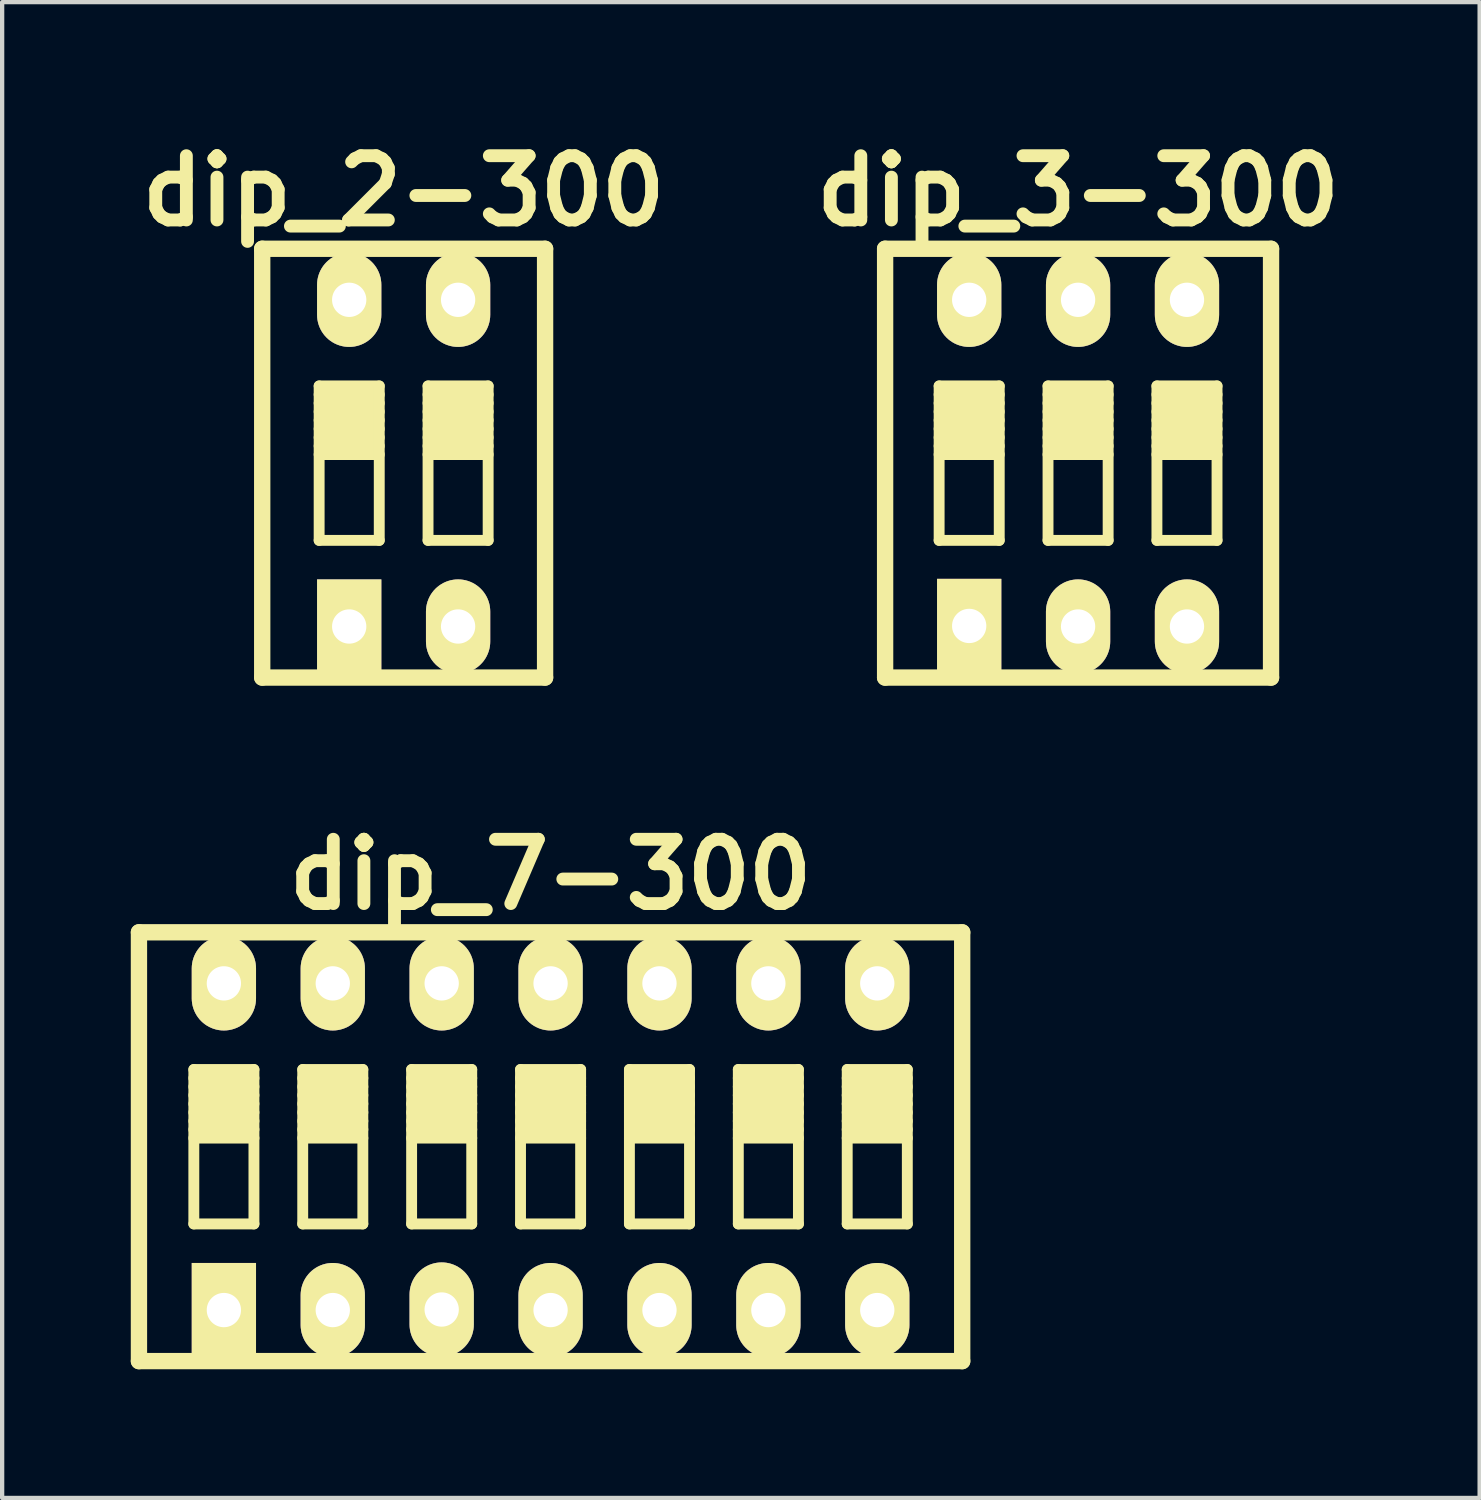
<source format=kicad_pcb>
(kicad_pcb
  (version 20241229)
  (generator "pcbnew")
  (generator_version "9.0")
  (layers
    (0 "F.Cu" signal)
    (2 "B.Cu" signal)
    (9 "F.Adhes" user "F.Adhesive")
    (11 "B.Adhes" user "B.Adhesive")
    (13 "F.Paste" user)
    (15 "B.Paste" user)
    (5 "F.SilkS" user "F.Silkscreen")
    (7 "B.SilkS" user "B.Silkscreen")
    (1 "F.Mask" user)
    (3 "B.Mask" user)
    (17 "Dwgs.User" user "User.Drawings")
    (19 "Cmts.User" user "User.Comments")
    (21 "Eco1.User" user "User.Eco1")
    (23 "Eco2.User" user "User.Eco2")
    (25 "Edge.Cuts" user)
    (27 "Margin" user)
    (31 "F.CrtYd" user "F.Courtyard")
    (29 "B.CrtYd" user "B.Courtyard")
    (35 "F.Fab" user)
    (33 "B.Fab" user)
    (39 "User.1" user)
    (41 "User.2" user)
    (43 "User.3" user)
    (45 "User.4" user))
  (footprint "dip_2-300"
    (layer "F.Cu")
    (at 6.365 7.753)
    (property "Reference" "dip_2-300" (at 0 -6.35 0) (layer "F.SilkS") (effects (font (size 1.499 1.499) (thickness 0.3))))
    (attr through_hole)
    (fp_line (start -3.299 -5.001) (end 3.299 -5.001) (stroke (width 0.381) (type solid)) (layer "F.SilkS"))
    (fp_line (start -3.299 5.001) (end -3.299 -5.001) (stroke (width 0.381) (type solid)) (layer "F.SilkS"))
    (fp_line (start -3.299 5.001) (end 3.299 5.001) (stroke (width 0.381) (type solid)) (layer "F.SilkS"))
    (fp_line (start -1.971 -1.801) (end -1.971 1.801) (stroke (width 0.254) (type solid)) (layer "F.SilkS"))
    (fp_line (start -1.971 -1.6) (end -0.569 -1.6) (stroke (width 0.254) (type solid)) (layer "F.SilkS"))
    (fp_line (start -1.971 -1.4) (end -0.569 -1.4) (stroke (width 0.254) (type solid)) (layer "F.SilkS"))
    (fp_line (start -1.971 -1.201) (end -0.569 -1.201) (stroke (width 0.254) (type solid)) (layer "F.SilkS"))
    (fp_line (start -1.971 -1.001) (end -0.569 -1.001) (stroke (width 0.254) (type solid)) (layer "F.SilkS"))
    (fp_line (start -1.971 -0.8) (end -0.569 -0.8) (stroke (width 0.254) (type solid)) (layer "F.SilkS"))
    (fp_line (start -1.971 -0.599) (end -0.569 -0.599) (stroke (width 0.254) (type solid)) (layer "F.SilkS"))
    (fp_line (start -1.971 -0.401) (end -0.569 -0.401) (stroke (width 0.254) (type solid)) (layer "F.SilkS"))
    (fp_line (start -1.971 -0.201) (end -0.569 -0.201) (stroke (width 0.254) (type solid)) (layer "F.SilkS"))
    (fp_line (start -1.971 1.801) (end -0.569 1.801) (stroke (width 0.254) (type solid)) (layer "F.SilkS"))
    (fp_line (start -0.569 -1.801) (end -1.971 -1.801) (stroke (width 0.254) (type solid)) (layer "F.SilkS"))
    (fp_line (start -0.569 1.801) (end -0.569 -1.801) (stroke (width 0.254) (type solid)) (layer "F.SilkS"))
    (fp_line (start 0.569 -1.801) (end 0.569 1.801) (stroke (width 0.254) (type solid)) (layer "F.SilkS"))
    (fp_line (start 0.569 -1.6) (end 1.971 -1.6) (stroke (width 0.254) (type solid)) (layer "F.SilkS"))
    (fp_line (start 0.569 -1.4) (end 1.971 -1.4) (stroke (width 0.254) (type solid)) (layer "F.SilkS"))
    (fp_line (start 0.569 -1.201) (end 1.971 -1.201) (stroke (width 0.254) (type solid)) (layer "F.SilkS"))
    (fp_line (start 0.569 -1.001) (end 1.971 -1.001) (stroke (width 0.254) (type solid)) (layer "F.SilkS"))
    (fp_line (start 0.569 -0.8) (end 1.971 -0.8) (stroke (width 0.254) (type solid)) (layer "F.SilkS"))
    (fp_line (start 0.569 -0.599) (end 1.971 -0.599) (stroke (width 0.254) (type solid)) (layer "F.SilkS"))
    (fp_line (start 0.569 -0.401) (end 1.971 -0.401) (stroke (width 0.254) (type solid)) (layer "F.SilkS"))
    (fp_line (start 0.569 -0.201) (end 1.971 -0.201) (stroke (width 0.254) (type solid)) (layer "F.SilkS"))
    (fp_line (start 0.569 1.801) (end 1.971 1.801) (stroke (width 0.254) (type solid)) (layer "F.SilkS"))
    (fp_line (start 1.971 -1.801) (end 0.569 -1.801) (stroke (width 0.254) (type solid)) (layer "F.SilkS"))
    (fp_line (start 1.971 1.801) (end 1.971 -1.801) (stroke (width 0.254) (type solid)) (layer "F.SilkS"))
    (fp_line (start 3.299 -4.999) (end 3.299 5.001) (stroke (width 0.381) (type solid)) (layer "F.SilkS"))
    (pad "1" thru_hole rect (at -1.27 3.81) (size 1.499 2.197) (drill 0.8) (layers "*.Cu" "*.Mask" "F.SilkS"))
    (pad "2" thru_hole oval (at 1.27 3.81) (size 1.499 2.197) (drill 0.8) (layers "*.Cu" "*.Mask" "F.SilkS"))
    (pad "3" thru_hole oval (at 1.27 -3.81) (size 1.499 2.197) (drill 0.8) (layers "*.Cu" "*.Mask" "F.SilkS"))
    (pad "4" thru_hole oval (at -1.27 -3.81) (size 1.499 2.197) (drill 0.8) (layers "*.Cu" "*.Mask" "F.SilkS")))
  (footprint "dip_3-300"
    (layer "F.Cu")
    (at 22.096 7.753)
    (property "Reference" "dip_3-300" (at 0 -6.35 0) (layer "F.SilkS") (effects (font (size 1.499 1.499) (thickness 0.3))))
    (attr through_hole)
    (fp_line (start -4.501 -5.001) (end 4.501 -5.001) (stroke (width 0.381) (type solid)) (layer "F.SilkS"))
    (fp_line (start -4.501 5.001) (end -4.501 -5.001) (stroke (width 0.381) (type solid)) (layer "F.SilkS"))
    (fp_line (start -3.241 -1.801) (end -3.241 1.801) (stroke (width 0.254) (type solid)) (layer "F.SilkS"))
    (fp_line (start -3.241 -1.6) (end -1.839 -1.6) (stroke (width 0.254) (type solid)) (layer "F.SilkS"))
    (fp_line (start -3.241 -1.4) (end -1.839 -1.4) (stroke (width 0.254) (type solid)) (layer "F.SilkS"))
    (fp_line (start -3.241 -1.201) (end -1.839 -1.201) (stroke (width 0.254) (type solid)) (layer "F.SilkS"))
    (fp_line (start -3.241 -1.001) (end -1.839 -1.001) (stroke (width 0.254) (type solid)) (layer "F.SilkS"))
    (fp_line (start -3.241 -0.8) (end -1.839 -0.8) (stroke (width 0.254) (type solid)) (layer "F.SilkS"))
    (fp_line (start -3.241 -0.599) (end -1.839 -0.599) (stroke (width 0.254) (type solid)) (layer "F.SilkS"))
    (fp_line (start -3.241 -0.401) (end -1.839 -0.401) (stroke (width 0.254) (type solid)) (layer "F.SilkS"))
    (fp_line (start -3.241 -0.201) (end -1.839 -0.201) (stroke (width 0.254) (type solid)) (layer "F.SilkS"))
    (fp_line (start -3.241 1.801) (end -1.839 1.801) (stroke (width 0.254) (type solid)) (layer "F.SilkS"))
    (fp_line (start -1.839 -1.801) (end -3.241 -1.801) (stroke (width 0.254) (type solid)) (layer "F.SilkS"))
    (fp_line (start -1.839 1.801) (end -1.839 -1.801) (stroke (width 0.254) (type solid)) (layer "F.SilkS"))
    (fp_line (start -0.701 -1.801) (end -0.701 1.801) (stroke (width 0.254) (type solid)) (layer "F.SilkS"))
    (fp_line (start -0.701 -1.6) (end 0.701 -1.6) (stroke (width 0.254) (type solid)) (layer "F.SilkS"))
    (fp_line (start -0.701 -1.4) (end 0.701 -1.4) (stroke (width 0.254) (type solid)) (layer "F.SilkS"))
    (fp_line (start -0.701 -1.201) (end 0.701 -1.201) (stroke (width 0.254) (type solid)) (layer "F.SilkS"))
    (fp_line (start -0.701 -1.001) (end 0.701 -1.001) (stroke (width 0.254) (type solid)) (layer "F.SilkS"))
    (fp_line (start -0.701 -0.8) (end 0.701 -0.8) (stroke (width 0.254) (type solid)) (layer "F.SilkS"))
    (fp_line (start -0.701 -0.599) (end 0.701 -0.599) (stroke (width 0.254) (type solid)) (layer "F.SilkS"))
    (fp_line (start -0.701 -0.401) (end 0.701 -0.401) (stroke (width 0.254) (type solid)) (layer "F.SilkS"))
    (fp_line (start -0.701 -0.201) (end 0.701 -0.201) (stroke (width 0.254) (type solid)) (layer "F.SilkS"))
    (fp_line (start -0.701 1.801) (end 0.701 1.801) (stroke (width 0.254) (type solid)) (layer "F.SilkS"))
    (fp_line (start 0.701 -1.801) (end -0.701 -1.801) (stroke (width 0.254) (type solid)) (layer "F.SilkS"))
    (fp_line (start 0.701 1.801) (end 0.701 -1.801) (stroke (width 0.254) (type solid)) (layer "F.SilkS"))
    (fp_line (start 1.839 -1.801) (end 1.839 1.801) (stroke (width 0.254) (type solid)) (layer "F.SilkS"))
    (fp_line (start 1.839 -1.6) (end 3.241 -1.6) (stroke (width 0.254) (type solid)) (layer "F.SilkS"))
    (fp_line (start 1.839 -1.4) (end 3.241 -1.4) (stroke (width 0.254) (type solid)) (layer "F.SilkS"))
    (fp_line (start 1.839 -1.201) (end 3.241 -1.201) (stroke (width 0.254) (type solid)) (layer "F.SilkS"))
    (fp_line (start 1.839 -1.001) (end 3.241 -1.001) (stroke (width 0.254) (type solid)) (layer "F.SilkS"))
    (fp_line (start 1.839 -0.8) (end 3.241 -0.8) (stroke (width 0.254) (type solid)) (layer "F.SilkS"))
    (fp_line (start 1.839 -0.599) (end 3.241 -0.599) (stroke (width 0.254) (type solid)) (layer "F.SilkS"))
    (fp_line (start 1.839 -0.401) (end 3.241 -0.401) (stroke (width 0.254) (type solid)) (layer "F.SilkS"))
    (fp_line (start 1.839 -0.201) (end 3.241 -0.201) (stroke (width 0.254) (type solid)) (layer "F.SilkS"))
    (fp_line (start 1.839 1.801) (end 3.241 1.801) (stroke (width 0.254) (type solid)) (layer "F.SilkS"))
    (fp_line (start 3.241 -1.801) (end 1.839 -1.801) (stroke (width 0.254) (type solid)) (layer "F.SilkS"))
    (fp_line (start 3.241 1.801) (end 3.241 -1.801) (stroke (width 0.254) (type solid)) (layer "F.SilkS"))
    (fp_line (start 4.501 -4.999) (end 4.501 5.001) (stroke (width 0.381) (type solid)) (layer "F.SilkS"))
    (fp_line (start 4.501 5.001) (end -4.501 5.001) (stroke (width 0.381) (type solid)) (layer "F.SilkS"))
    (pad "1" thru_hole rect (at -2.54 3.797) (size 1.499 2.197) (drill 0.8) (layers "*.Cu" "*.Mask" "F.SilkS"))
    (pad "2" thru_hole oval (at 0 3.81) (size 1.499 2.197) (drill 0.8) (layers "*.Cu" "*.Mask" "F.SilkS"))
    (pad "3" thru_hole oval (at 2.54 3.81) (size 1.499 2.197) (drill 0.8) (layers "*.Cu" "*.Mask" "F.SilkS"))
    (pad "4" thru_hole oval (at 2.54 -3.81) (size 1.499 2.197) (drill 0.8) (layers "*.Cu" "*.Mask" "F.SilkS"))
    (pad "5" thru_hole oval (at 0 -3.81) (size 1.499 2.197) (drill 0.8) (layers "*.Cu" "*.Mask" "F.SilkS"))
    (pad "6" thru_hole oval (at -2.54 -3.81) (size 1.499 2.197) (drill 0.8) (layers "*.Cu" "*.Mask" "F.SilkS")))
  (footprint "dip_7-300"
    (layer "F.Cu")
    (at 9.792 23.697)
    (property "Reference" "dip_7-300" (at 0 -6.35 0) (layer "F.SilkS") (effects (font (size 1.499 1.499) (thickness 0.3))))
    (attr through_hole)
    (fp_line (start -9.601 5.001) (end -9.601 -5.001) (stroke (width 0.381) (type solid)) (layer "F.SilkS"))
    (fp_line (start -9.601 5.001) (end 9.601 5.001) (stroke (width 0.381) (type solid)) (layer "F.SilkS"))
    (fp_line (start -8.321 -1.801) (end -8.321 1.801) (stroke (width 0.254) (type solid)) (layer "F.SilkS"))
    (fp_line (start -8.321 -1.6) (end -6.919 -1.6) (stroke (width 0.254) (type solid)) (layer "F.SilkS"))
    (fp_line (start -8.321 -1.4) (end -6.919 -1.4) (stroke (width 0.254) (type solid)) (layer "F.SilkS"))
    (fp_line (start -8.321 -1.201) (end -6.919 -1.201) (stroke (width 0.254) (type solid)) (layer "F.SilkS"))
    (fp_line (start -8.321 -1.001) (end -6.919 -1.001) (stroke (width 0.254) (type solid)) (layer "F.SilkS"))
    (fp_line (start -8.321 -0.8) (end -6.919 -0.8) (stroke (width 0.254) (type solid)) (layer "F.SilkS"))
    (fp_line (start -8.321 -0.599) (end -6.919 -0.599) (stroke (width 0.254) (type solid)) (layer "F.SilkS"))
    (fp_line (start -8.321 -0.401) (end -6.919 -0.401) (stroke (width 0.254) (type solid)) (layer "F.SilkS"))
    (fp_line (start -8.321 -0.201) (end -6.919 -0.201) (stroke (width 0.254) (type solid)) (layer "F.SilkS"))
    (fp_line (start -8.321 1.801) (end -6.919 1.801) (stroke (width 0.254) (type solid)) (layer "F.SilkS"))
    (fp_line (start -6.919 -1.801) (end -8.321 -1.801) (stroke (width 0.254) (type solid)) (layer "F.SilkS"))
    (fp_line (start -6.919 1.801) (end -6.919 -1.801) (stroke (width 0.254) (type solid)) (layer "F.SilkS"))
    (fp_line (start -5.781 -1.801) (end -5.781 1.801) (stroke (width 0.254) (type solid)) (layer "F.SilkS"))
    (fp_line (start -5.781 -1.6) (end -4.379 -1.6) (stroke (width 0.254) (type solid)) (layer "F.SilkS"))
    (fp_line (start -5.781 -1.4) (end -4.379 -1.4) (stroke (width 0.254) (type solid)) (layer "F.SilkS"))
    (fp_line (start -5.781 -1.201) (end -4.379 -1.201) (stroke (width 0.254) (type solid)) (layer "F.SilkS"))
    (fp_line (start -5.781 -1.001) (end -4.379 -1.001) (stroke (width 0.254) (type solid)) (layer "F.SilkS"))
    (fp_line (start -5.781 -0.8) (end -4.379 -0.8) (stroke (width 0.254) (type solid)) (layer "F.SilkS"))
    (fp_line (start -5.781 -0.599) (end -4.379 -0.599) (stroke (width 0.254) (type solid)) (layer "F.SilkS"))
    (fp_line (start -5.781 -0.401) (end -4.379 -0.401) (stroke (width 0.254) (type solid)) (layer "F.SilkS"))
    (fp_line (start -5.781 -0.201) (end -4.379 -0.201) (stroke (width 0.254) (type solid)) (layer "F.SilkS"))
    (fp_line (start -5.781 1.801) (end -4.379 1.801) (stroke (width 0.254) (type solid)) (layer "F.SilkS"))
    (fp_line (start -4.379 -1.801) (end -5.781 -1.801) (stroke (width 0.254) (type solid)) (layer "F.SilkS"))
    (fp_line (start -4.379 1.801) (end -4.379 -1.801) (stroke (width 0.254) (type solid)) (layer "F.SilkS"))
    (fp_line (start -3.241 -1.801) (end -3.241 1.801) (stroke (width 0.254) (type solid)) (layer "F.SilkS"))
    (fp_line (start -3.241 -1.6) (end -1.839 -1.6) (stroke (width 0.254) (type solid)) (layer "F.SilkS"))
    (fp_line (start -3.241 -1.4) (end -1.839 -1.4) (stroke (width 0.254) (type solid)) (layer "F.SilkS"))
    (fp_line (start -3.241 -1.201) (end -1.839 -1.201) (stroke (width 0.254) (type solid)) (layer "F.SilkS"))
    (fp_line (start -3.241 -1.001) (end -1.839 -1.001) (stroke (width 0.254) (type solid)) (layer "F.SilkS"))
    (fp_line (start -3.241 -0.8) (end -1.839 -0.8) (stroke (width 0.254) (type solid)) (layer "F.SilkS"))
    (fp_line (start -3.241 -0.599) (end -1.839 -0.599) (stroke (width 0.254) (type solid)) (layer "F.SilkS"))
    (fp_line (start -3.241 -0.401) (end -1.839 -0.401) (stroke (width 0.254) (type solid)) (layer "F.SilkS"))
    (fp_line (start -3.241 -0.201) (end -1.839 -0.201) (stroke (width 0.254) (type solid)) (layer "F.SilkS"))
    (fp_line (start -3.241 1.801) (end -1.839 1.801) (stroke (width 0.254) (type solid)) (layer "F.SilkS"))
    (fp_line (start -1.839 -1.801) (end -3.241 -1.801) (stroke (width 0.254) (type solid)) (layer "F.SilkS"))
    (fp_line (start -1.839 1.801) (end -1.839 -1.801) (stroke (width 0.254) (type solid)) (layer "F.SilkS"))
    (fp_line (start -0.701 -1.801) (end -0.701 1.801) (stroke (width 0.254) (type solid)) (layer "F.SilkS"))
    (fp_line (start -0.701 -1.6) (end 0.701 -1.6) (stroke (width 0.254) (type solid)) (layer "F.SilkS"))
    (fp_line (start -0.701 -1.4) (end 0.701 -1.4) (stroke (width 0.254) (type solid)) (layer "F.SilkS"))
    (fp_line (start -0.701 -1.201) (end 0.701 -1.201) (stroke (width 0.254) (type solid)) (layer "F.SilkS"))
    (fp_line (start -0.701 -1.001) (end 0.701 -1.001) (stroke (width 0.254) (type solid)) (layer "F.SilkS"))
    (fp_line (start -0.701 -0.8) (end 0.701 -0.8) (stroke (width 0.254) (type solid)) (layer "F.SilkS"))
    (fp_line (start -0.701 -0.599) (end 0.701 -0.599) (stroke (width 0.254) (type solid)) (layer "F.SilkS"))
    (fp_line (start -0.701 -0.401) (end 0.701 -0.401) (stroke (width 0.254) (type solid)) (layer "F.SilkS"))
    (fp_line (start -0.701 -0.201) (end 0.701 -0.201) (stroke (width 0.254) (type solid)) (layer "F.SilkS"))
    (fp_line (start -0.701 1.801) (end 0.701 1.801) (stroke (width 0.254) (type solid)) (layer "F.SilkS"))
    (fp_line (start 0.701 -1.801) (end -0.701 -1.801) (stroke (width 0.254) (type solid)) (layer "F.SilkS"))
    (fp_line (start 0.701 1.801) (end 0.701 -1.801) (stroke (width 0.254) (type solid)) (layer "F.SilkS"))
    (fp_line (start 1.839 -1.801) (end 1.839 1.801) (stroke (width 0.254) (type solid)) (layer "F.SilkS"))
    (fp_line (start 1.839 -1.6) (end 3.241 -1.6) (stroke (width 0.254) (type solid)) (layer "F.SilkS"))
    (fp_line (start 1.839 -1.4) (end 3.241 -1.4) (stroke (width 0.254) (type solid)) (layer "F.SilkS"))
    (fp_line (start 1.839 -1.201) (end 3.241 -1.201) (stroke (width 0.254) (type solid)) (layer "F.SilkS"))
    (fp_line (start 1.839 -1.001) (end 3.241 -1.001) (stroke (width 0.254) (type solid)) (layer "F.SilkS"))
    (fp_line (start 1.839 -0.8) (end 3.241 -0.8) (stroke (width 0.254) (type solid)) (layer "F.SilkS"))
    (fp_line (start 1.839 -0.599) (end 3.241 -0.599) (stroke (width 0.254) (type solid)) (layer "F.SilkS"))
    (fp_line (start 1.839 -0.401) (end 3.241 -0.401) (stroke (width 0.254) (type solid)) (layer "F.SilkS"))
    (fp_line (start 1.839 -0.201) (end 3.241 -0.201) (stroke (width 0.254) (type solid)) (layer "F.SilkS"))
    (fp_line (start 1.839 1.801) (end 3.241 1.801) (stroke (width 0.254) (type solid)) (layer "F.SilkS"))
    (fp_line (start 3.241 -1.801) (end 1.839 -1.801) (stroke (width 0.254) (type solid)) (layer "F.SilkS"))
    (fp_line (start 3.241 1.801) (end 3.241 -1.801) (stroke (width 0.254) (type solid)) (layer "F.SilkS"))
    (fp_line (start 4.379 -1.801) (end 4.379 1.801) (stroke (width 0.254) (type solid)) (layer "F.SilkS"))
    (fp_line (start 4.379 -1.6) (end 5.781 -1.6) (stroke (width 0.254) (type solid)) (layer "F.SilkS"))
    (fp_line (start 4.379 -1.4) (end 5.781 -1.4) (stroke (width 0.254) (type solid)) (layer "F.SilkS"))
    (fp_line (start 4.379 -1.201) (end 5.781 -1.201) (stroke (width 0.254) (type solid)) (layer "F.SilkS"))
    (fp_line (start 4.379 -1.001) (end 5.781 -1.001) (stroke (width 0.254) (type solid)) (layer "F.SilkS"))
    (fp_line (start 4.379 -0.8) (end 5.781 -0.8) (stroke (width 0.254) (type solid)) (layer "F.SilkS"))
    (fp_line (start 4.379 -0.599) (end 5.781 -0.599) (stroke (width 0.254) (type solid)) (layer "F.SilkS"))
    (fp_line (start 4.379 -0.401) (end 5.781 -0.401) (stroke (width 0.254) (type solid)) (layer "F.SilkS"))
    (fp_line (start 4.379 -0.201) (end 5.781 -0.201) (stroke (width 0.254) (type solid)) (layer "F.SilkS"))
    (fp_line (start 4.379 1.801) (end 5.781 1.801) (stroke (width 0.254) (type solid)) (layer "F.SilkS"))
    (fp_line (start 5.781 -1.801) (end 4.379 -1.801) (stroke (width 0.254) (type solid)) (layer "F.SilkS"))
    (fp_line (start 5.781 1.801) (end 5.781 -1.801) (stroke (width 0.254) (type solid)) (layer "F.SilkS"))
    (fp_line (start 6.919 -1.801) (end 6.919 1.801) (stroke (width 0.254) (type solid)) (layer "F.SilkS"))
    (fp_line (start 6.919 -1.6) (end 8.321 -1.6) (stroke (width 0.254) (type solid)) (layer "F.SilkS"))
    (fp_line (start 6.919 -1.4) (end 8.321 -1.4) (stroke (width 0.254) (type solid)) (layer "F.SilkS"))
    (fp_line (start 6.919 -1.201) (end 8.321 -1.201) (stroke (width 0.254) (type solid)) (layer "F.SilkS"))
    (fp_line (start 6.919 -1.001) (end 8.321 -1.001) (stroke (width 0.254) (type solid)) (layer "F.SilkS"))
    (fp_line (start 6.919 -0.8) (end 8.321 -0.8) (stroke (width 0.254) (type solid)) (layer "F.SilkS"))
    (fp_line (start 6.919 -0.599) (end 8.321 -0.599) (stroke (width 0.254) (type solid)) (layer "F.SilkS"))
    (fp_line (start 6.919 -0.401) (end 8.321 -0.401) (stroke (width 0.254) (type solid)) (layer "F.SilkS"))
    (fp_line (start 6.919 -0.201) (end 8.321 -0.201) (stroke (width 0.254) (type solid)) (layer "F.SilkS"))
    (fp_line (start 6.919 1.801) (end 8.321 1.801) (stroke (width 0.254) (type solid)) (layer "F.SilkS"))
    (fp_line (start 8.321 -1.801) (end 6.919 -1.801) (stroke (width 0.254) (type solid)) (layer "F.SilkS"))
    (fp_line (start 8.321 1.801) (end 8.321 -1.801) (stroke (width 0.254) (type solid)) (layer "F.SilkS"))
    (fp_line (start 9.601 -5.001) (end -9.601 -5.001) (stroke (width 0.381) (type solid)) (layer "F.SilkS"))
    (fp_line (start 9.601 -4.999) (end 9.601 5.001) (stroke (width 0.381) (type solid)) (layer "F.SilkS"))
    (pad "1" thru_hole rect (at -7.62 3.81) (size 1.499 2.197) (drill 0.8) (layers "*.Cu" "*.Mask" "F.SilkS"))
    (pad "2" thru_hole oval (at -5.08 3.81) (size 1.499 2.197) (drill 0.8) (layers "*.Cu" "*.Mask" "F.SilkS"))
    (pad "3" thru_hole oval (at -2.54 3.797) (size 1.499 2.197) (drill 0.8) (layers "*.Cu" "*.Mask" "F.SilkS"))
    (pad "4" thru_hole oval (at 0 3.81) (size 1.499 2.197) (drill 0.8) (layers "*.Cu" "*.Mask" "F.SilkS"))
    (pad "5" thru_hole oval (at 2.54 3.81) (size 1.499 2.197) (drill 0.8) (layers "*.Cu" "*.Mask" "F.SilkS"))
    (pad "6" thru_hole oval (at 5.08 3.81) (size 1.499 2.197) (drill 0.8) (layers "*.Cu" "*.Mask" "F.SilkS"))
    (pad "7" thru_hole oval (at 7.62 3.81) (size 1.499 2.197) (drill 0.8) (layers "*.Cu" "*.Mask" "F.SilkS"))
    (pad "8" thru_hole oval (at 7.62 -3.81) (size 1.499 2.197) (drill 0.8) (layers "*.Cu" "*.Mask" "F.SilkS"))
    (pad "9" thru_hole oval (at 5.08 -3.81) (size 1.499 2.197) (drill 0.8) (layers "*.Cu" "*.Mask" "F.SilkS"))
    (pad "10" thru_hole oval (at 2.54 -3.81) (size 1.499 2.197) (drill 0.8) (layers "*.Cu" "*.Mask" "F.SilkS"))
    (pad "11" thru_hole oval (at 0 -3.81) (size 1.499 2.197) (drill 0.8) (layers "*.Cu" "*.Mask" "F.SilkS"))
    (pad "12" thru_hole oval (at -2.54 -3.81) (size 1.499 2.197) (drill 0.8) (layers "*.Cu" "*.Mask" "F.SilkS"))
    (pad "13" thru_hole oval (at -5.08 -3.81) (size 1.499 2.197) (drill 0.8) (layers "*.Cu" "*.Mask" "F.SilkS"))
    (pad "14" thru_hole oval (at -7.62 -3.81) (size 1.499 2.197) (drill 0.8) (layers "*.Cu" "*.Mask" "F.SilkS")))
  (gr_rect
    (start -3 -3)
    (end 31.462 31.889)
    (stroke (width 0.1) (type default))
    (fill no)
    (layer "Edge.Cuts")))
</source>
